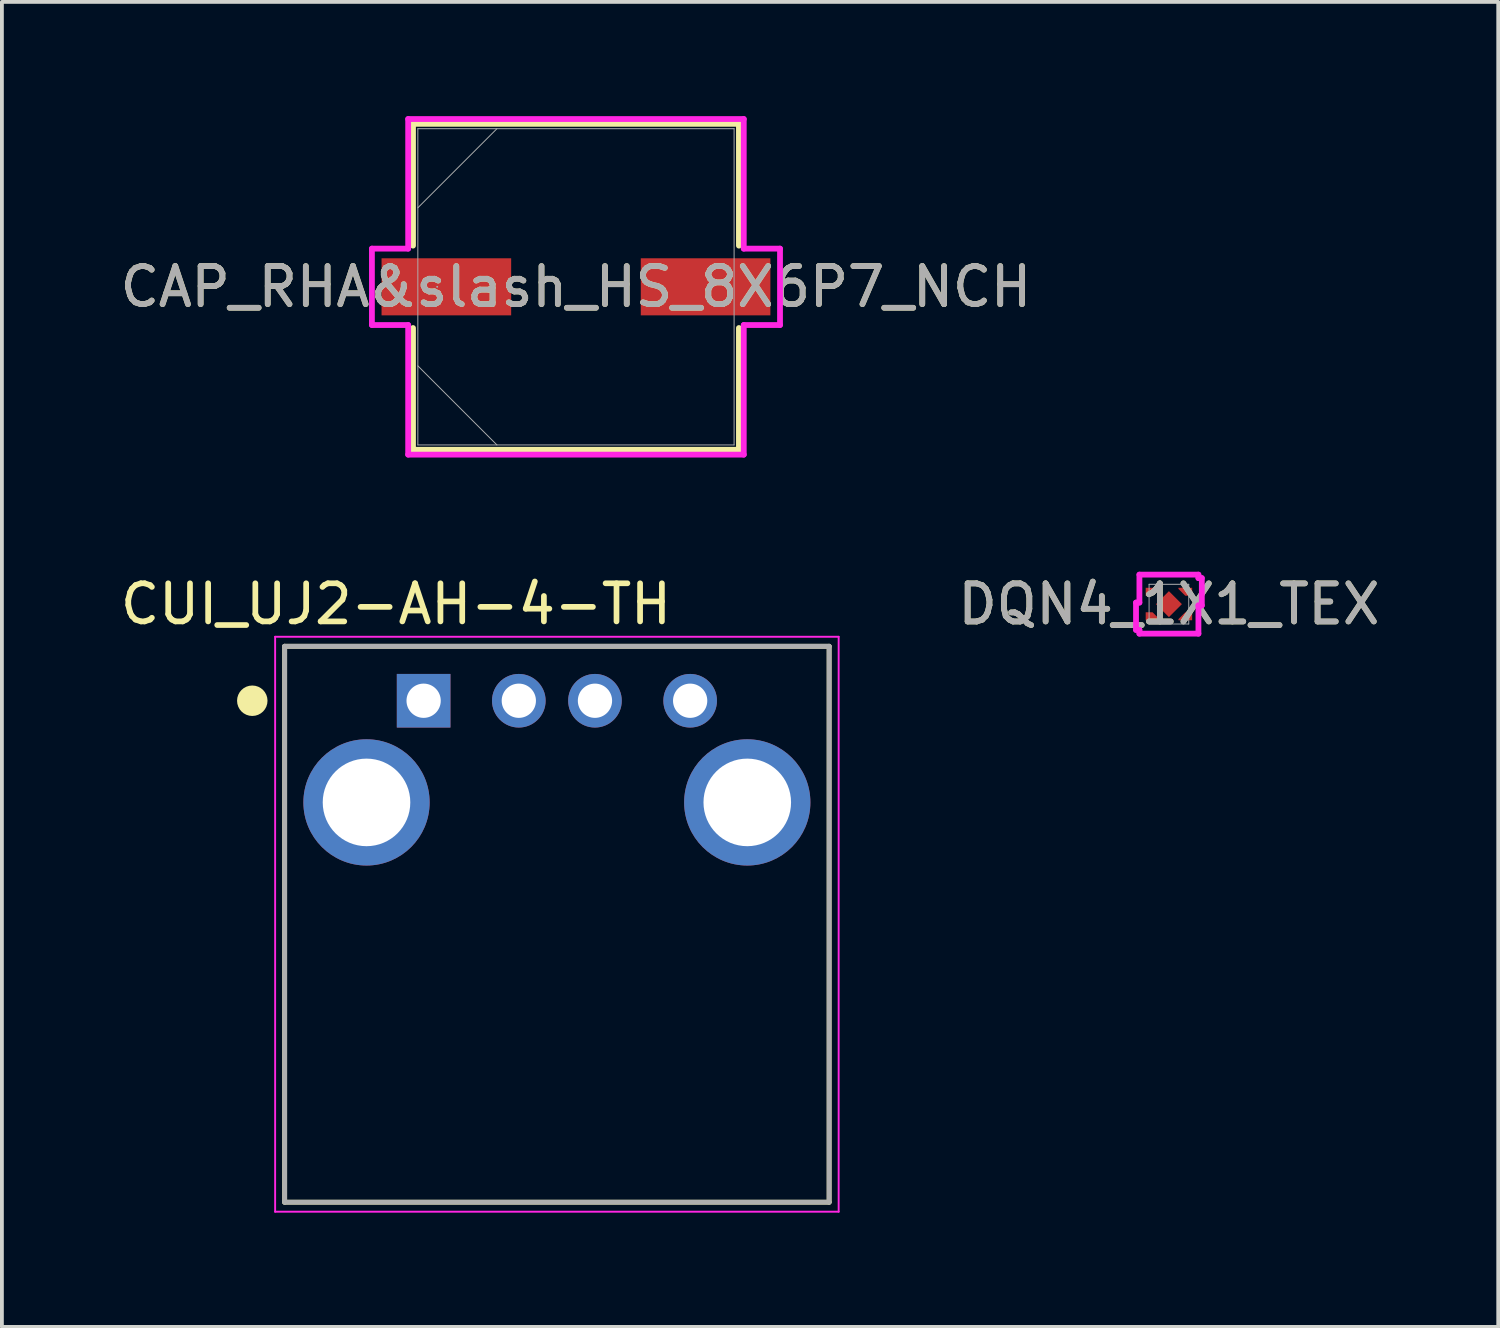
<source format=kicad_pcb>
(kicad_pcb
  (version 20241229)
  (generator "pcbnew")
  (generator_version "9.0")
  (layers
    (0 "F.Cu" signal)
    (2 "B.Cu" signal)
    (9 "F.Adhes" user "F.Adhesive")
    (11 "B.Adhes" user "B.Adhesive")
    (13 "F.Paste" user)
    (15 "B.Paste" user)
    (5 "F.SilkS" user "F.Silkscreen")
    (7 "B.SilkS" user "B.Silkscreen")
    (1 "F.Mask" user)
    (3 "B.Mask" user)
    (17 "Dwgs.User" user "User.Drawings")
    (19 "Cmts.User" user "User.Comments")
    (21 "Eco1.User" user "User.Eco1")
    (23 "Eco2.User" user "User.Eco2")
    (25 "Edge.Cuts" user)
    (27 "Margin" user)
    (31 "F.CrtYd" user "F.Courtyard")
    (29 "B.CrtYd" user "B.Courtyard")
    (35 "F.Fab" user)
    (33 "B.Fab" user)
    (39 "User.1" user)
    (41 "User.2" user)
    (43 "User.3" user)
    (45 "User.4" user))
  (footprint "CAP_RHA&slash_HS_8X6P7_NCH"
    (layer "F.Cu")
    (at 12.077 4.483)
    (property "Reference" "CAP_RHA&slash_HS_8X6P7_NCH" (at 0 0 0) (unlocked yes) (layer "F.SilkS") (effects (font (size 1 1) (thickness 0.15))))
    (attr smd)
    (fp_line (start -4.28 -4.28) (end -4.28 -1.082) (stroke (width 0.152) (type solid)) (layer "F.SilkS"))
    (fp_line (start -4.28 1.082) (end -4.28 4.28) (stroke (width 0.152) (type solid)) (layer "F.SilkS"))
    (fp_line (start -4.28 4.28) (end 4.28 4.28) (stroke (width 0.152) (type solid)) (layer "F.SilkS"))
    (fp_line (start 4.28 -4.28) (end -4.28 -4.28) (stroke (width 0.152) (type solid)) (layer "F.SilkS"))
    (fp_line (start 4.28 -1.082) (end 4.28 -4.28) (stroke (width 0.152) (type solid)) (layer "F.SilkS"))
    (fp_line (start 4.28 4.28) (end 4.28 1.082) (stroke (width 0.152) (type solid)) (layer "F.SilkS"))
    (fp_line (start -5.359 -1.003) (end -4.407 -1.003) (stroke (width 0.152) (type solid)) (layer "F.CrtYd"))
    (fp_line (start -5.359 1.003) (end -5.359 -1.003) (stroke (width 0.152) (type solid)) (layer "F.CrtYd"))
    (fp_line (start -4.407 -4.407) (end 4.407 -4.407) (stroke (width 0.152) (type solid)) (layer "F.CrtYd"))
    (fp_line (start -4.407 -1.003) (end -4.407 -4.407) (stroke (width 0.152) (type solid)) (layer "F.CrtYd"))
    (fp_line (start -4.407 1.003) (end -5.359 1.003) (stroke (width 0.152) (type solid)) (layer "F.CrtYd"))
    (fp_line (start -4.407 4.407) (end -4.407 1.003) (stroke (width 0.152) (type solid)) (layer "F.CrtYd"))
    (fp_line (start 4.407 -4.407) (end 4.407 -1.003) (stroke (width 0.152) (type solid)) (layer "F.CrtYd"))
    (fp_line (start 4.407 -1.003) (end 5.359 -1.003) (stroke (width 0.152) (type solid)) (layer "F.CrtYd"))
    (fp_line (start 4.407 1.003) (end 4.407 4.407) (stroke (width 0.152) (type solid)) (layer "F.CrtYd"))
    (fp_line (start 4.407 4.407) (end -4.407 4.407) (stroke (width 0.152) (type solid)) (layer "F.CrtYd"))
    (fp_line (start 5.359 -1.003) (end 5.359 1.003) (stroke (width 0.152) (type solid)) (layer "F.CrtYd"))
    (fp_line (start 5.359 1.003) (end 4.407 1.003) (stroke (width 0.152) (type solid)) (layer "F.CrtYd"))
    (fp_line (start -4.153 -4.153) (end -4.153 4.153) (stroke (width 0.025) (type solid)) (layer "F.Fab"))
    (fp_line (start -4.153 -2.076) (end -2.076 -4.153) (stroke (width 0.025) (type solid)) (layer "F.Fab"))
    (fp_line (start -4.153 2.076) (end -2.076 4.153) (stroke (width 0.025) (type solid)) (layer "F.Fab"))
    (fp_line (start -4.153 4.153) (end 4.153 4.153) (stroke (width 0.025) (type solid)) (layer "F.Fab"))
    (fp_line (start 4.153 -4.153) (end -4.153 -4.153) (stroke (width 0.025) (type solid)) (layer "F.Fab"))
    (fp_line (start 4.153 4.153) (end 4.153 -4.153) (stroke (width 0.025) (type solid)) (layer "F.Fab"))
    (fp_circle (center -3.645 0) (end -3.645 0) (stroke (width 0.025) (type solid)) (fill no) (layer "F.Fab"))
    (fp_text user "${REFERENCE}" (at 0 0 0) (unlocked yes) (layer "F.Fab") (effects (font (size 1 1) (thickness 0.15))))
    (pad "1" smd rect (at -3.404 0) (size 3.404 1.499) (layers "F.Cu" "F.Mask" "F.Paste"))
    (pad "2" smd rect (at 3.404 0) (size 3.404 1.499) (layers "F.Cu" "F.Mask" "F.Paste"))
    (zone (net_name "") (layer "F.Cu") (hatch full 0.508) (connect_pads) (min_thickness 0.254) (filled_areas_thickness no) (keepout (tracks not_allowed) (vias not_allowed) (pads allowed) (copperpour not_allowed) (footprints allowed)) (placement (enabled no)) (fill) (polygon (pts (xy 7.975 0.381) (xy 16.179 0.381) (xy 16.179 3.683) (xy 7.975 3.683))))
    (zone (net_name "") (layer "F.Cu") (hatch full 0.508) (connect_pads) (min_thickness 0.254) (filled_areas_thickness no) (keepout (tracks not_allowed) (vias not_allowed) (pads allowed) (copperpour not_allowed) (footprints allowed)) (placement (enabled no)) (fill) (polygon (pts (xy 7.975 5.283) (xy 16.179 5.283) (xy 16.179 8.585) (xy 7.975 8.585))))
    (zone (net_name "") (layer "F.Cu") (hatch full 0.508) (connect_pads) (min_thickness 0.254) (filled_areas_thickness no) (keepout (tracks not_allowed) (vias not_allowed) (pads allowed) (copperpour not_allowed) (footprints allowed)) (placement (enabled no)) (fill) (polygon (pts (xy 10.426 3.683) (xy 13.728 3.683) (xy 13.728 5.283) (xy 10.426 5.283)))))
  (footprint "CUI_UJ2-AH-4-TH"
    (layer "F.Cu")
    (at 8.076 15.354)
    (property "Reference" "CUI_UJ2-AH-4-TH" (at -0.726 -2.539 0) (layer "F.SilkS") (effects (font (size 1.001 1.001) (thickness 0.15))))
    (attr through_hole)
    (fp_line (start -3.65 -1.43) (end 10.65 -1.43) (stroke (width 0.127) (type solid)) (layer "F.SilkS"))
    (fp_line (start -3.65 13.17) (end -3.65 -1.43) (stroke (width 0.127) (type solid)) (layer "F.SilkS"))
    (fp_line (start 10.65 -1.43) (end 10.65 13.17) (stroke (width 0.127) (type solid)) (layer "F.SilkS"))
    (fp_line (start 10.65 13.17) (end -3.65 13.17) (stroke (width 0.127) (type solid)) (layer "F.SilkS"))
    (fp_circle (center -4.5 0) (end -4.3 0) (stroke (width 0.4) (type solid)) (fill no) (layer "F.SilkS"))
    (fp_line (start -3.9 -1.68) (end 10.9 -1.68) (stroke (width 0.05) (type solid)) (layer "F.CrtYd"))
    (fp_line (start -3.9 13.42) (end -3.9 -1.68) (stroke (width 0.05) (type solid)) (layer "F.CrtYd"))
    (fp_line (start 10.9 -1.68) (end 10.9 13.42) (stroke (width 0.05) (type solid)) (layer "F.CrtYd"))
    (fp_line (start 10.9 13.42) (end -3.9 13.42) (stroke (width 0.05) (type solid)) (layer "F.CrtYd"))
    (fp_line (start -3.65 -1.43) (end 10.65 -1.43) (stroke (width 0.127) (type solid)) (layer "F.Fab"))
    (fp_line (start -3.65 13.17) (end -3.65 -1.43) (stroke (width 0.127) (type solid)) (layer "F.Fab"))
    (fp_line (start 10.65 -1.43) (end 10.65 13.17) (stroke (width 0.127) (type solid)) (layer "F.Fab"))
    (fp_line (start 10.65 13.17) (end -3.65 13.17) (stroke (width 0.127) (type solid)) (layer "F.Fab"))
    (fp_circle (center 0 0) (end 0.2 0) (stroke (width 0.4) (type solid)) (fill no) (layer "F.Fab"))
    (pad "1" thru_hole rect (at 0 0) (size 1.408 1.408) (drill 0.9) (layers "*.Cu" "*.Mask"))
    (pad "2" thru_hole circle (at 2.5 0) (size 1.408 1.408) (drill 0.9) (layers "*.Cu" "*.Mask"))
    (pad "3" thru_hole circle (at 4.5 0) (size 1.408 1.408) (drill 0.9) (layers "*.Cu" "*.Mask"))
    (pad "4" thru_hole circle (at 7 0) (size 1.408 1.408) (drill 0.9) (layers "*.Cu" "*.Mask"))
    (pad "SH1" thru_hole circle (at -1.5 2.67) (size 3.316 3.316) (drill 2.3) (layers "*.Cu" "*.Mask"))
    (pad "SH2" thru_hole circle (at 8.5 2.67) (size 3.316 3.316) (drill 2.3) (layers "*.Cu" "*.Mask")))
  (footprint "DQN4_1X1_TEX"
    (layer "F.Cu")
    (at 27.65 12.817)
    (property "Reference" "DQN4_1X1_TEX" (at 0 0 0) (unlocked yes) (layer "F.SilkS") (effects (font (size 1 1) (thickness 0.15))))
    (attr smd)
    (fp_poly (pts (xy 0 -0.341) (xy 0.341 0) (xy 0 0.341) (xy -0.341 0)) (stroke (width 0) (type solid)) (fill yes) (layer "F.Cu"))
    (fp_poly (pts (xy -0.61 -0.43) (xy -0.25 -0.43) (xy -0.25 -0.4) (xy -0.43 -0.22) (xy -0.61 -0.22)) (stroke (width 0) (type solid)) (fill yes) (layer "F.Cu"))
    (fp_poly (pts (xy -0.61 0.423) (xy -0.25 0.423) (xy -0.25 0.393) (xy -0.43 0.213) (xy -0.61 0.213)) (stroke (width 0) (type solid)) (fill yes) (layer "F.Cu"))
    (fp_poly (pts (xy 0.25 -0.43) (xy 0.25 -0.4) (xy 0.43 -0.22) (xy 0.61 -0.22) (xy 0.61 -0.43)) (stroke (width 0) (type solid)) (fill yes) (layer "F.Cu"))
    (fp_poly (pts (xy 0.25 0.423) (xy 0.25 0.393) (xy 0.43 0.213) (xy 0.61 0.213) (xy 0.61 0.423)) (stroke (width 0) (type solid)) (fill yes) (layer "F.Cu"))
    (fp_poly (pts (xy 0 -0.367) (xy 0.367 0) (xy 0 0.367) (xy -0.367 0)) (stroke (width 0) (type solid)) (fill yes) (layer "F.Mask"))
    (fp_poly (pts (xy -0.636 -0.455) (xy -0.225 -0.455) (xy -0.225 -0.375) (xy -0.405 -0.195) (xy -0.636 -0.195)) (stroke (width 0) (type solid)) (fill yes) (layer "F.Mask"))
    (fp_poly (pts (xy -0.636 0.449) (xy -0.225 0.449) (xy -0.225 0.368) (xy -0.405 0.188) (xy -0.636 0.188)) (stroke (width 0) (type solid)) (fill yes) (layer "F.Mask"))
    (fp_poly (pts (xy 0.225 -0.455) (xy 0.225 -0.375) (xy 0.405 -0.195) (xy 0.636 -0.195) (xy 0.636 -0.455)) (stroke (width 0) (type solid)) (fill yes) (layer "F.Mask"))
    (fp_poly (pts (xy 0.225 0.449) (xy 0.225 0.368) (xy 0.405 0.188) (xy 0.636 0.188) (xy 0.636 0.449)) (stroke (width 0) (type solid)) (fill yes) (layer "F.Mask"))
    (fp_poly (pts (xy 0 -0.341) (xy 0.341 0) (xy 0 0.341) (xy -0.341 0)) (stroke (width 0) (type solid)) (fill yes) (layer "F.Paste"))
    (fp_poly (pts (xy -0.61 -0.43) (xy -0.25 -0.43) (xy -0.25 -0.4) (xy -0.43 -0.22) (xy -0.61 -0.22)) (stroke (width 0) (type solid)) (fill yes) (layer "F.Paste"))
    (fp_poly (pts (xy -0.61 0.423) (xy -0.25 0.423) (xy -0.25 0.393) (xy -0.43 0.213) (xy -0.61 0.213)) (stroke (width 0) (type solid)) (fill yes) (layer "F.Paste"))
    (fp_poly (pts (xy 0.25 -0.43) (xy 0.25 -0.4) (xy 0.43 -0.22) (xy 0.61 -0.22) (xy 0.61 -0.43)) (stroke (width 0) (type solid)) (fill yes) (layer "F.Paste"))
    (fp_poly (pts (xy 0.25 0.423) (xy 0.25 0.393) (xy 0.43 0.213) (xy 0.61 0.213) (xy 0.61 0.423)) (stroke (width 0) (type solid)) (fill yes) (layer "F.Paste"))
    (fp_line (start -0.864 -0.041) (end -0.864 0.677) (stroke (width 0.152) (type solid)) (layer "F.CrtYd"))
    (fp_line (start -0.864 0.677) (end -0.775 0.677) (stroke (width 0.152) (type solid)) (layer "F.CrtYd"))
    (fp_line (start -0.775 -0.775) (end -0.775 -0.041) (stroke (width 0.152) (type solid)) (layer "F.CrtYd"))
    (fp_line (start -0.775 -0.041) (end -0.864 -0.041) (stroke (width 0.152) (type solid)) (layer "F.CrtYd"))
    (fp_line (start -0.775 0.677) (end -0.775 0.775) (stroke (width 0.152) (type solid)) (layer "F.CrtYd"))
    (fp_line (start -0.775 0.775) (end 0.775 0.775) (stroke (width 0.152) (type solid)) (layer "F.CrtYd"))
    (fp_line (start 0.775 -0.775) (end -0.775 -0.775) (stroke (width 0.152) (type solid)) (layer "F.CrtYd"))
    (fp_line (start 0.775 -0.684) (end 0.775 -0.775) (stroke (width 0.152) (type solid)) (layer "F.CrtYd"))
    (fp_line (start 0.775 0.034) (end 0.864 0.034) (stroke (width 0.152) (type solid)) (layer "F.CrtYd"))
    (fp_line (start 0.775 0.775) (end 0.775 0.034) (stroke (width 0.152) (type solid)) (layer "F.CrtYd"))
    (fp_line (start 0.864 -0.684) (end 0.775 -0.684) (stroke (width 0.152) (type solid)) (layer "F.CrtYd"))
    (fp_line (start 0.864 0.034) (end 0.864 -0.684) (stroke (width 0.152) (type solid)) (layer "F.CrtYd"))
    (fp_line (start -0.521 -0.521) (end -0.521 0.521) (stroke (width 0.025) (type solid)) (layer "F.Fab"))
    (fp_line (start -0.521 0.521) (end 0.521 0.521) (stroke (width 0.025) (type solid)) (layer "F.Fab"))
    (fp_line (start 0.521 -0.521) (end -0.521 -0.521) (stroke (width 0.025) (type solid)) (layer "F.Fab"))
    (fp_line (start 0.521 0.521) (end 0.521 -0.521) (stroke (width 0.025) (type solid)) (layer "F.Fab"))
    (fp_circle (center -0.343 -0.325) (end -0.343 -0.325) (stroke (width 0.025) (type solid)) (fill no) (layer "F.Fab"))
    (fp_text user "${REFERENCE}" (at 0 0 0) (unlocked yes) (layer "F.Fab") (effects (font (size 1 1) (thickness 0.15))))
    (pad "1" smd rect (at -0.43 -0.325) (size 0.025 0.025) (layers "F.Cu" "F.Mask" "F.Paste"))
    (pad "2" smd rect (at -0.43 0.325) (size 0.025 0.025) (layers "F.Cu" "F.Mask" "F.Paste"))
    (pad "3" smd rect (at 0.43 0.325) (size 0.025 0.025) (layers "F.Cu" "F.Mask" "F.Paste"))
    (pad "4" smd rect (at 0.43 -0.325) (size 0.025 0.025) (layers "F.Cu" "F.Mask" "F.Paste"))
    (pad "5" smd rect (at 0 0) (size 0.025 0.025) (layers "F.Cu" "F.Mask" "F.Paste")))
  (gr_rect
    (start -3 -3)
    (end 36.299 31.799)
    (stroke (width 0.1) (type default))
    (fill no)
    (layer "Edge.Cuts")))
</source>
